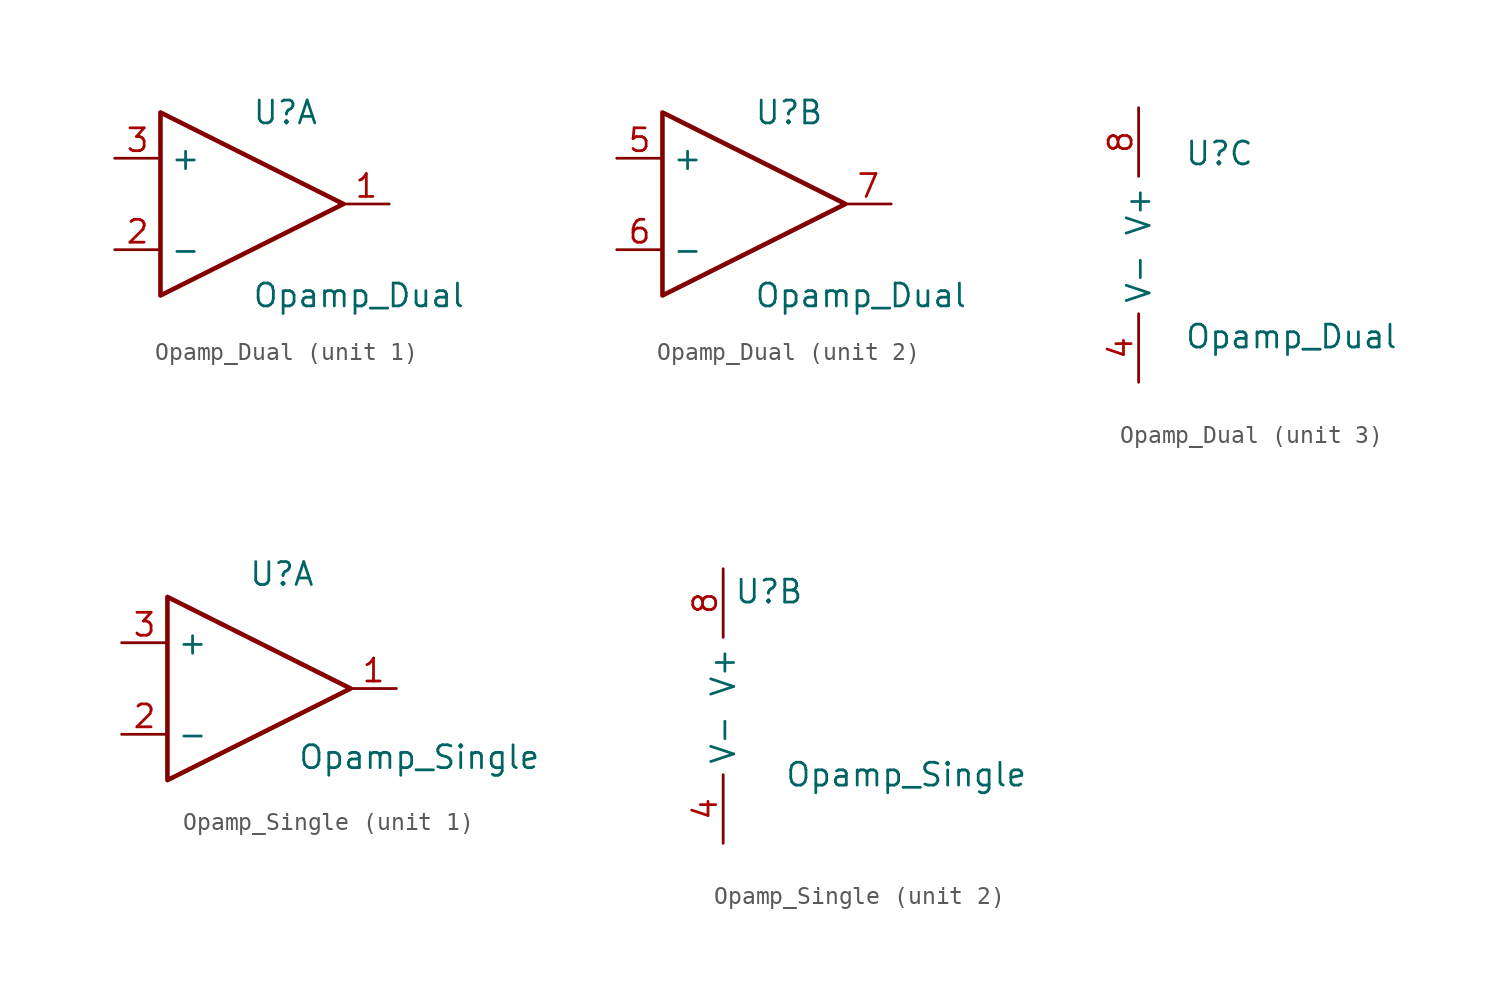
<source format=kicad_sym>
(kicad_symbol_lib
  (version 20211014)
  (generator kicad_symbol_editor)
  (symbol "Opamp_Dual"
    (property "Reference" "U"
      (at 0 5.08 0)
      (effects (font (size 1.27 1.27)) (justify left)))
    (property "Value" "Opamp_Dual"
      (at 0 -5.08 0)
      (effects (font (size 1.27 1.27)) (justify left)))
    (property "ki_locked" ""
      (at 0 0 0)
      (effects (font (size 1.27 1.27))))
    (symbol "Opamp_Dual_1_1"
      (polyline (pts (xy -5.08 5.08) (xy 5.08 0) (xy -5.08 -5.08) (xy -5.08 5.08)) (stroke (width 0.254) (type default) (color 0 0 0 0)) (fill (type none)))
      (pin output line (at 7.62 0 180) (length 2.54) (name "~" (effects (font (size 1.27 1.27)))) (number "1" (effects (font (size 1.27 1.27)))))
      (pin input line (at -7.62 -2.54 0) (length 2.54) (name "-" (effects (font (size 1.27 1.27)))) (number "2" (effects (font (size 1.27 1.27)))))
      (pin input line (at -7.62 2.54 0) (length 2.54) (name "+" (effects (font (size 1.27 1.27)))) (number "3" (effects (font (size 1.27 1.27))))))
    (symbol "Opamp_Dual_2_1"
      (polyline (pts (xy -5.08 5.08) (xy 5.08 0) (xy -5.08 -5.08) (xy -5.08 5.08)) (stroke (width 0.254) (type default) (color 0 0 0 0)) (fill (type none)))
      (pin input line (at -7.62 2.54 0) (length 2.54) (name "+" (effects (font (size 1.27 1.27)))) (number "5" (effects (font (size 1.27 1.27)))))
      (pin input line (at -7.62 -2.54 0) (length 2.54) (name "-" (effects (font (size 1.27 1.27)))) (number "6" (effects (font (size 1.27 1.27)))))
      (pin output line (at 7.62 0 180) (length 2.54) (name "~" (effects (font (size 1.27 1.27)))) (number "7" (effects (font (size 1.27 1.27))))))
    (symbol "Opamp_Dual_3_1"
      (pin power_in line (at -2.54 -7.62 90) (length 3.81) (name "V-" (effects (font (size 1.27 1.27)))) (number "4" (effects (font (size 1.27 1.27)))))
      (pin power_in line (at -2.54 7.62 270) (length 3.81) (name "V+" (effects (font (size 1.27 1.27)))) (number "8" (effects (font (size 1.27 1.27)))))))
  (symbol "Opamp_Single"
    (property "Reference" "U"
      (at 1.27 6.35 0)
      (effects (font (size 1.27 1.27))))
    (property "Value" "Opamp_Single"
      (at 8.89 -3.81 0)
      (effects (font (size 1.27 1.27))))
    (symbol "Opamp_Single_1_1"
      (polyline (pts (xy -5.08 5.08) (xy 5.08 0) (xy -5.08 -5.08) (xy -5.08 5.08)) (stroke (width 0.254) (type default) (color 0 0 0 0)) (fill (type none)))
      (pin output line (at 7.62 0 180) (length 2.54) (name "~" (effects (font (size 1.27 1.27)))) (number "1" (effects (font (size 1.27 1.27)))))
      (pin input line (at -7.62 -2.54 0) (length 2.54) (name "-" (effects (font (size 1.27 1.27)))) (number "2" (effects (font (size 1.27 1.27)))))
      (pin input line (at -7.62 2.54 0) (length 2.54) (name "+" (effects (font (size 1.27 1.27)))) (number "3" (effects (font (size 1.27 1.27))))))
    (symbol "Opamp_Single_2_1"
      (pin power_in line (at -1.27 -7.62 90) (length 3.81) (name "V-" (effects (font (size 1.27 1.27)))) (number "4" (effects (font (size 1.27 1.27)))))
      (pin power_in line (at -1.27 7.62 270) (length 3.81) (name "V+" (effects (font (size 1.27 1.27)))) (number "8" (effects (font (size 1.27 1.27))))))))
</source>
